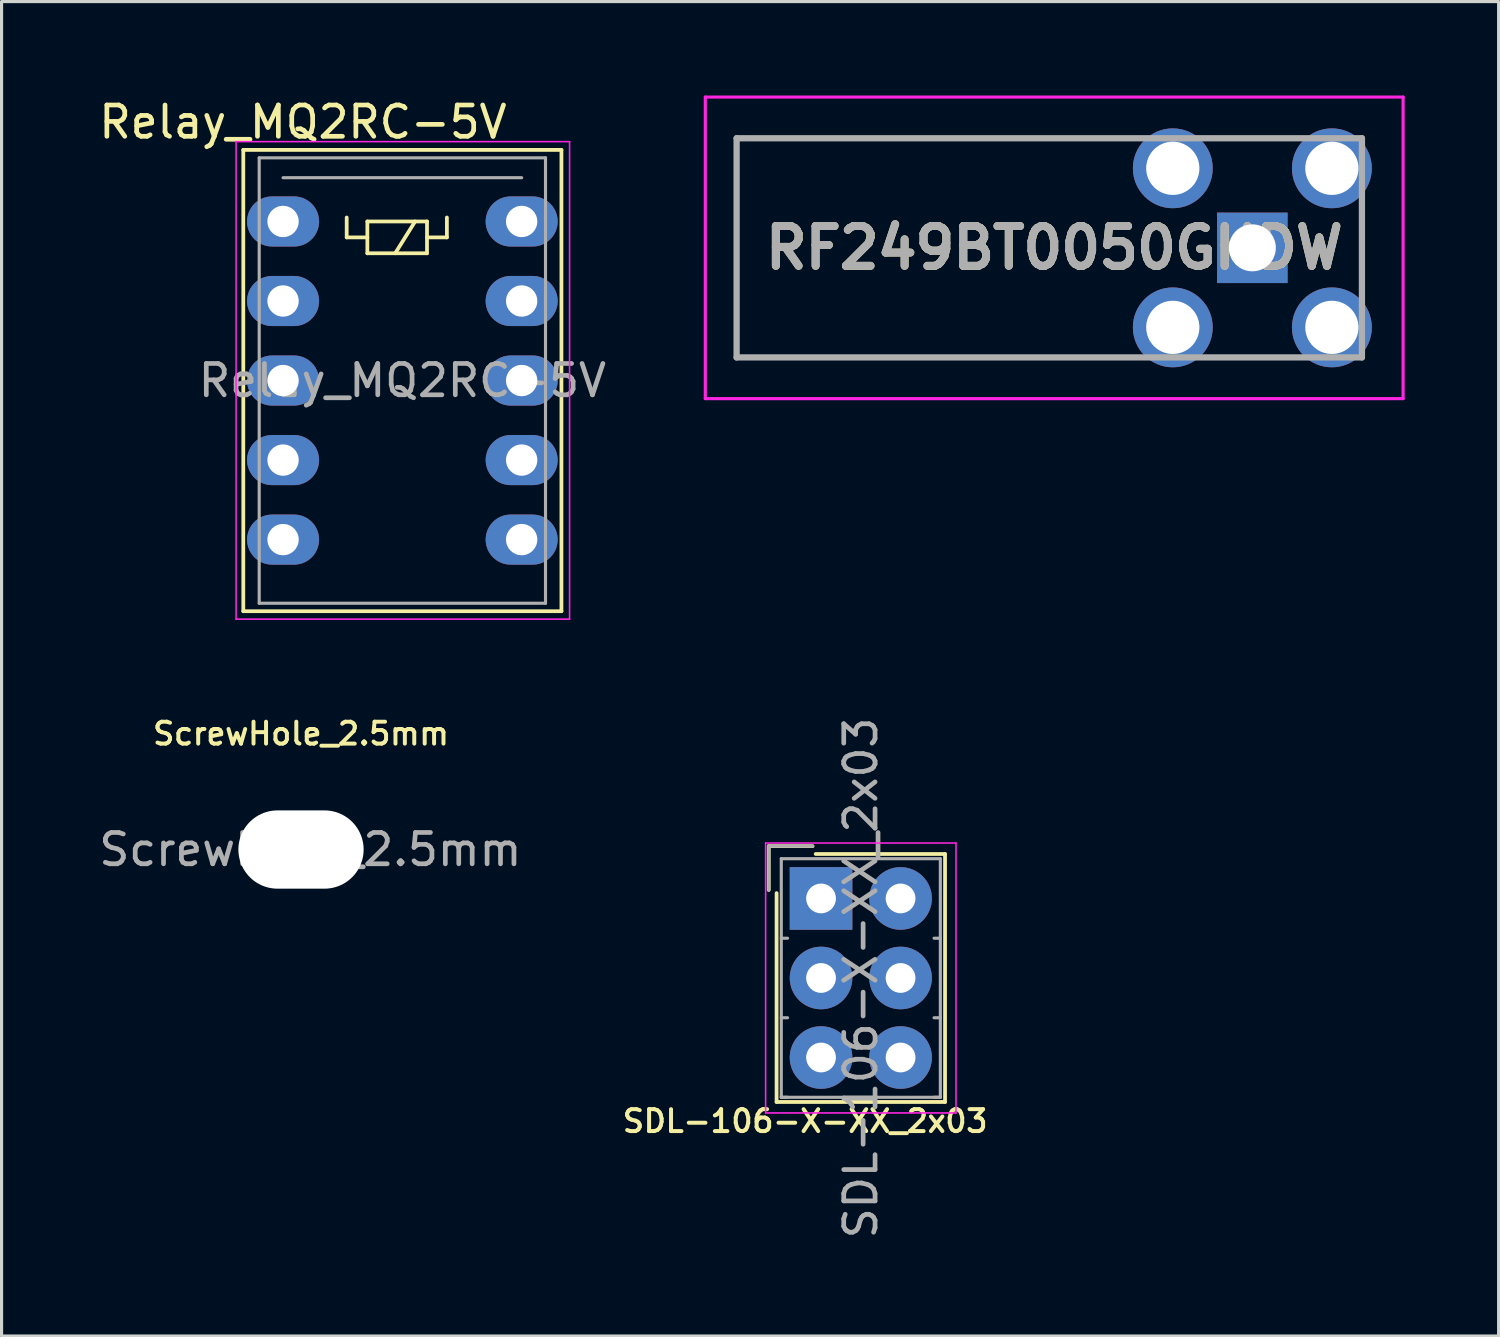
<source format=kicad_pcb>
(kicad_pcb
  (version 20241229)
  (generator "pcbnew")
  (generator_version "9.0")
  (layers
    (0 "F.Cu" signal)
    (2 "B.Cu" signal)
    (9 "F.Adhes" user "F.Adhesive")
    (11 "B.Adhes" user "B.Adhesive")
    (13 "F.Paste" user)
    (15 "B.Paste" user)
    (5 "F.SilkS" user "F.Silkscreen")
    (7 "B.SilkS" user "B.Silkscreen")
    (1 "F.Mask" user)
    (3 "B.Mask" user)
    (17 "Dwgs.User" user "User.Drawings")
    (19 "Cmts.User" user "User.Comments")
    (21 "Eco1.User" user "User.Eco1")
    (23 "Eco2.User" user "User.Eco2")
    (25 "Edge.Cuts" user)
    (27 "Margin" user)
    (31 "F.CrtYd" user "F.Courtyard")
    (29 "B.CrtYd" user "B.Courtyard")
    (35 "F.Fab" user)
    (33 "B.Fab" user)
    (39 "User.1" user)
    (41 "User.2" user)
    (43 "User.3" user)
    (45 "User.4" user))
  (footprint "RF249BT0050GHDW"
    (layer "F.Cu")
    (at 36.945 4.865)
    (property "Reference" "RF249BT0050GHDW" (at -6.327 0 0) (layer "F.SilkS") (effects (font (size 1.27 1.27) (thickness 0.254))))
    (attr through_hole)
    (fp_line (start -16.47 -3.5) (end -16.47 -3.5) (stroke (width 0.1) (type solid)) (layer "F.SilkS"))
    (fp_line (start -16.47 -3.5) (end -16.47 -3.5) (stroke (width 0.1) (type solid)) (layer "F.SilkS"))
    (fp_line (start -16.47 -3.5) (end -16.47 3.5) (stroke (width 0.1) (type solid)) (layer "F.SilkS"))
    (fp_line (start -16.47 -3.5) (end -4.5 -3.5) (stroke (width 0.1) (type solid)) (layer "F.SilkS"))
    (fp_line (start -16.47 3.5) (end -16.47 -3.5) (stroke (width 0.1) (type solid)) (layer "F.SilkS"))
    (fp_line (start -16.47 3.5) (end -16.47 3.5) (stroke (width 0.1) (type solid)) (layer "F.SilkS"))
    (fp_line (start -16.47 3.5) (end -16.47 3.5) (stroke (width 0.1) (type solid)) (layer "F.SilkS"))
    (fp_line (start -16.47 3.5) (end -4.5 3.5) (stroke (width 0.1) (type solid)) (layer "F.SilkS"))
    (fp_line (start -4.5 -3.5) (end -16.47 -3.5) (stroke (width 0.1) (type solid)) (layer "F.SilkS"))
    (fp_line (start -4.5 -3.5) (end -4.5 -3.5) (stroke (width 0.1) (type solid)) (layer "F.SilkS"))
    (fp_line (start -4.5 3.5) (end -16.47 3.5) (stroke (width 0.1) (type solid)) (layer "F.SilkS"))
    (fp_line (start -4.5 3.5) (end -4.5 3.5) (stroke (width 0.1) (type solid)) (layer "F.SilkS"))
    (fp_line (start -0.75 -3.5) (end -0.75 -3.5) (stroke (width 0.1) (type solid)) (layer "F.SilkS"))
    (fp_line (start -0.75 -3.5) (end 0.75 -3.5) (stroke (width 0.1) (type solid)) (layer "F.SilkS"))
    (fp_line (start -0.75 3.5) (end -0.75 3.5) (stroke (width 0.1) (type solid)) (layer "F.SilkS"))
    (fp_line (start -0.75 3.5) (end 0.75 3.5) (stroke (width 0.1) (type solid)) (layer "F.SilkS"))
    (fp_line (start 0.75 -3.5) (end -0.75 -3.5) (stroke (width 0.1) (type solid)) (layer "F.SilkS"))
    (fp_line (start 0.75 -3.5) (end 0.75 -3.5) (stroke (width 0.1) (type solid)) (layer "F.SilkS"))
    (fp_line (start 0.75 3.5) (end -0.75 3.5) (stroke (width 0.1) (type solid)) (layer "F.SilkS"))
    (fp_line (start 0.75 3.5) (end 0.75 3.5) (stroke (width 0.1) (type solid)) (layer "F.SilkS"))
    (fp_line (start 3.5 -0.75) (end 3.5 -0.75) (stroke (width 0.1) (type solid)) (layer "F.SilkS"))
    (fp_line (start 3.5 -0.75) (end 3.5 0.75) (stroke (width 0.1) (type solid)) (layer "F.SilkS"))
    (fp_line (start 3.5 0.75) (end 3.5 -0.75) (stroke (width 0.1) (type solid)) (layer "F.SilkS"))
    (fp_line (start 3.5 0.75) (end 3.5 0.75) (stroke (width 0.1) (type solid)) (layer "F.SilkS"))
    (fp_line (start -17.47 -4.815) (end 4.815 -4.815) (stroke (width 0.1) (type solid)) (layer "F.CrtYd"))
    (fp_line (start -17.47 4.815) (end -17.47 -4.815) (stroke (width 0.1) (type solid)) (layer "F.CrtYd"))
    (fp_line (start 4.815 -4.815) (end 4.815 4.815) (stroke (width 0.1) (type solid)) (layer "F.CrtYd"))
    (fp_line (start 4.815 4.815) (end -17.47 4.815) (stroke (width 0.1) (type solid)) (layer "F.CrtYd"))
    (fp_line (start -16.47 -3.5) (end -16.47 3.5) (stroke (width 0.2) (type solid)) (layer "F.Fab"))
    (fp_line (start -16.47 3.5) (end 3.5 3.5) (stroke (width 0.2) (type solid)) (layer "F.Fab"))
    (fp_line (start 3.5 -3.5) (end -16.47 -3.5) (stroke (width 0.2) (type solid)) (layer "F.Fab"))
    (fp_line (start 3.5 3.5) (end 3.5 -3.5) (stroke (width 0.2) (type solid)) (layer "F.Fab"))
    (fp_text user "${REFERENCE}" (at -6.327 0 0) (layer "F.Fab") (effects (font (size 1.27 1.27) (thickness 0.254))))
    (pad "1" thru_hole rect (at 0 0) (size 2.25 2.25) (drill 1.5) (layers "*.Cu" "*.Mask"))
    (pad "2" thru_hole circle (at -2.54 2.54) (size 2.55 2.55) (drill 1.7) (layers "*.Cu" "*.Mask"))
    (pad "3" thru_hole circle (at -2.54 -2.54) (size 2.55 2.55) (drill 1.7) (layers "*.Cu" "*.Mask"))
    (pad "4" thru_hole circle (at 2.54 -2.54) (size 2.55 2.55) (drill 1.7) (layers "*.Cu" "*.Mask"))
    (pad "5" thru_hole circle (at 2.54 2.54) (size 2.55 2.55) (drill 1.7) (layers "*.Cu" "*.Mask")))
  (footprint "Relay_MQ2RC-5V"
    (layer "F.Cu")
    (at 5.99 4.023)
    (property "Reference" "Relay_MQ2RC-5V" (at 0.635 -3.175 0) (layer "F.SilkS") (effects (font (size 1 1) (thickness 0.15))))
    (attr through_hole)
    (fp_line (start -1.27 -2.286) (end 8.89 -2.286) (stroke (width 0.12) (type solid)) (layer "F.SilkS"))
    (fp_line (start -1.27 12.446) (end -1.27 -2.286) (stroke (width 0.12) (type solid)) (layer "F.SilkS"))
    (fp_line (start 2.032 -0.127) (end 2.032 0.508) (stroke (width 0.12) (type solid)) (layer "F.SilkS"))
    (fp_line (start 2.032 0.508) (end 2.692 0.508) (stroke (width 0.12) (type solid)) (layer "F.SilkS"))
    (fp_line (start 2.692 0) (end 2.692 1.016) (stroke (width 0.12) (type solid)) (layer "F.SilkS"))
    (fp_line (start 2.692 1.016) (end 4.597 1.016) (stroke (width 0.12) (type solid)) (layer "F.SilkS"))
    (fp_line (start 4.216 0) (end 3.581 1.016) (stroke (width 0.12) (type solid)) (layer "F.SilkS"))
    (fp_line (start 4.597 0) (end 2.692 0) (stroke (width 0.12) (type solid)) (layer "F.SilkS"))
    (fp_line (start 4.597 0) (end 4.597 1.016) (stroke (width 0.12) (type solid)) (layer "F.SilkS"))
    (fp_line (start 5.232 -0.127) (end 5.232 0.508) (stroke (width 0.12) (type solid)) (layer "F.SilkS"))
    (fp_line (start 5.232 0.508) (end 4.597 0.508) (stroke (width 0.12) (type solid)) (layer "F.SilkS"))
    (fp_line (start 8.89 -2.286) (end 8.89 12.446) (stroke (width 0.12) (type solid)) (layer "F.SilkS"))
    (fp_line (start 8.89 12.446) (end -1.27 12.446) (stroke (width 0.12) (type solid)) (layer "F.SilkS"))
    (fp_line (start -1.5 -2.55) (end 9.15 -2.55) (stroke (width 0.05) (type solid)) (layer "F.CrtYd"))
    (fp_line (start -1.5 12.7) (end -1.5 -2.55) (stroke (width 0.05) (type solid)) (layer "F.CrtYd"))
    (fp_line (start 9.15 -2.55) (end 9.15 12.7) (stroke (width 0.05) (type solid)) (layer "F.CrtYd"))
    (fp_line (start 9.15 12.7) (end -1.5 12.7) (stroke (width 0.05) (type solid)) (layer "F.CrtYd"))
    (fp_line (start -0.762 -2.032) (end 8.382 -2.032) (stroke (width 0.1) (type solid)) (layer "F.Fab"))
    (fp_line (start -0.762 12.192) (end -0.762 -2.032) (stroke (width 0.1) (type solid)) (layer "F.Fab"))
    (fp_line (start 0 -1.397) (end 7.62 -1.397) (stroke (width 0.1) (type solid)) (layer "F.Fab"))
    (fp_line (start 8.382 -2.032) (end 8.382 12.192) (stroke (width 0.1) (type solid)) (layer "F.Fab"))
    (fp_line (start 8.382 12.192) (end -0.762 12.192) (stroke (width 0.1) (type solid)) (layer "F.Fab"))
    (fp_text user "${REFERENCE}" (at 3.81 5.08 0) (layer "F.Fab") (effects (font (size 1 1) (thickness 0.15))))
    (pad "1" thru_hole oval (at 0 0) (size 2.3 1.6) (drill 1) (layers "*.Cu" "*.Mask"))
    (pad "2" thru_hole oval (at 0 2.54) (size 2.3 1.6) (drill 1) (layers "*.Cu" "*.Mask"))
    (pad "3" thru_hole oval (at 0 5.08) (size 2.3 1.6) (drill 1) (layers "*.Cu" "*.Mask"))
    (pad "4" thru_hole oval (at 0 7.62) (size 2.3 1.6) (drill 1) (layers "*.Cu" "*.Mask"))
    (pad "5" thru_hole oval (at 0 10.16) (size 2.3 1.6) (drill 1) (layers "*.Cu" "*.Mask"))
    (pad "6" thru_hole oval (at 7.62 10.16) (size 2.3 1.6) (drill 1) (layers "*.Cu" "*.Mask"))
    (pad "7" thru_hole oval (at 7.62 7.62) (size 2.3 1.6) (drill 1) (layers "*.Cu" "*.Mask"))
    (pad "8" thru_hole oval (at 7.62 5.08) (size 2.3 1.6) (drill 1) (layers "*.Cu" "*.Mask"))
    (pad "9" thru_hole oval (at 7.62 2.54) (size 2.3 1.6) (drill 1) (layers "*.Cu" "*.Mask"))
    (pad "10" thru_hole oval (at 7.62 0) (size 2.3 1.6) (drill 1) (layers "*.Cu" "*.Mask")))
  (footprint "ScrewHole_2.5mm"
    (layer "F.Cu")
    (at 6.563 24.081)
    (property "Reference" "ScrewHole_2.5mm" (at 0 -3.7 0) (layer "F.SilkS") (effects (font (size 0.7 0.7) (thickness 0.127))))
    (attr exclude_from_pos_files exclude_from_bom)
    (fp_text user "${REFERENCE}" (at 0.3 0 0) (layer "F.Fab") (effects (font (size 1 1) (thickness 0.15))))
    (pad "" np_thru_hole oval (at 0 0) (size 4 2.5) (drill oval 4 2.5) (layers "*.Cu" "*.Mask")))
  (footprint "SDL-106-X-XX_2x03"
    (layer "F.Cu")
    (at 23.171 25.643)
    (property "Reference" "SDL-106-X-XX_2x03" (at -0.508 7.112 180) (layer "F.SilkS") (effects (font (size 0.7 0.7) (thickness 0.127))))
    (attr through_hole)
    (fp_line (start -1.67 -1.67) (end -1.67 -0.27) (stroke (width 0.12) (type solid)) (layer "F.SilkS"))
    (fp_line (start -1.42 6.5) (end -1.42 -0.17) (stroke (width 0.12) (type solid)) (layer "F.SilkS"))
    (fp_line (start -0.27 -1.67) (end -1.67 -1.67) (stroke (width 0.12) (type solid)) (layer "F.SilkS"))
    (fp_line (start -0.17 -1.42) (end 3.96 -1.42) (stroke (width 0.12) (type solid)) (layer "F.SilkS"))
    (fp_line (start 3.96 -1.42) (end 3.96 6.5) (stroke (width 0.12) (type solid)) (layer "F.SilkS"))
    (fp_line (start 3.96 6.5) (end -1.42 6.5) (stroke (width 0.12) (type solid)) (layer "F.SilkS"))
    (fp_line (start -1.77 -1.77) (end -1.77 6.85) (stroke (width 0.05) (type solid)) (layer "F.CrtYd"))
    (fp_line (start -1.77 6.85) (end 4.31 6.85) (stroke (width 0.05) (type solid)) (layer "F.CrtYd"))
    (fp_line (start 4.31 -1.77) (end -1.77 -1.77) (stroke (width 0.05) (type solid)) (layer "F.CrtYd"))
    (fp_line (start 4.31 6.85) (end 4.31 -1.77) (stroke (width 0.05) (type solid)) (layer "F.CrtYd"))
    (fp_line (start -1.67 -1.67) (end -1.67 -0.27) (stroke (width 0.1) (type solid)) (layer "F.Fab"))
    (fp_line (start -1.27 -1.27) (end -1.27 6.35) (stroke (width 0.1) (type solid)) (layer "F.Fab"))
    (fp_line (start -1.27 1.27) (end -1.07 1.27) (stroke (width 0.1) (type solid)) (layer "F.Fab"))
    (fp_line (start -1.27 3.81) (end -1.07 3.81) (stroke (width 0.1) (type solid)) (layer "F.Fab"))
    (fp_line (start -1.27 6.35) (end -1.07 6.35) (stroke (width 0.1) (type solid)) (layer "F.Fab"))
    (fp_line (start -1.27 6.35) (end 3.81 6.35) (stroke (width 0.1) (type solid)) (layer "F.Fab"))
    (fp_line (start -0.27 -1.67) (end -1.67 -1.67) (stroke (width 0.1) (type solid)) (layer "F.Fab"))
    (fp_line (start 3.81 -1.27) (end -1.27 -1.27) (stroke (width 0.1) (type solid)) (layer "F.Fab"))
    (fp_line (start 3.81 1.27) (end 3.61 1.27) (stroke (width 0.1) (type solid)) (layer "F.Fab"))
    (fp_line (start 3.81 3.81) (end 3.61 3.81) (stroke (width 0.1) (type solid)) (layer "F.Fab"))
    (fp_line (start 3.81 6.35) (end 3.61 6.35) (stroke (width 0.1) (type solid)) (layer "F.Fab"))
    (fp_line (start 3.81 6.35) (end 3.81 -1.27) (stroke (width 0.1) (type solid)) (layer "F.Fab"))
    (fp_text user "${REFERENCE}" (at 1.27 2.54 90) (layer "F.Fab") (effects (font (size 1 1) (thickness 0.15))))
    (pad "1" thru_hole rect (at 0 0) (size 2 2) (drill 0.95) (layers "*.Cu" "*.Mask"))
    (pad "2" thru_hole circle (at 2.54 0) (size 2 2) (drill 0.95) (layers "*.Cu" "*.Mask"))
    (pad "3" thru_hole circle (at 0 2.54) (size 2 2) (drill 0.95) (layers "*.Cu" "*.Mask"))
    (pad "4" thru_hole circle (at 2.54 2.54) (size 2 2) (drill 0.95) (layers "*.Cu" "*.Mask"))
    (pad "5" thru_hole circle (at 0 5.08) (size 2 2) (drill 0.95) (layers "*.Cu" "*.Mask"))
    (pad "6" thru_hole circle (at 2.54 5.08) (size 2 2) (drill 0.95) (layers "*.Cu" "*.Mask")))
  (gr_rect
    (start -3 -3)
    (end 44.81 39.617)
    (stroke (width 0.1) (type default))
    (fill no)
    (layer "Edge.Cuts")))
</source>
